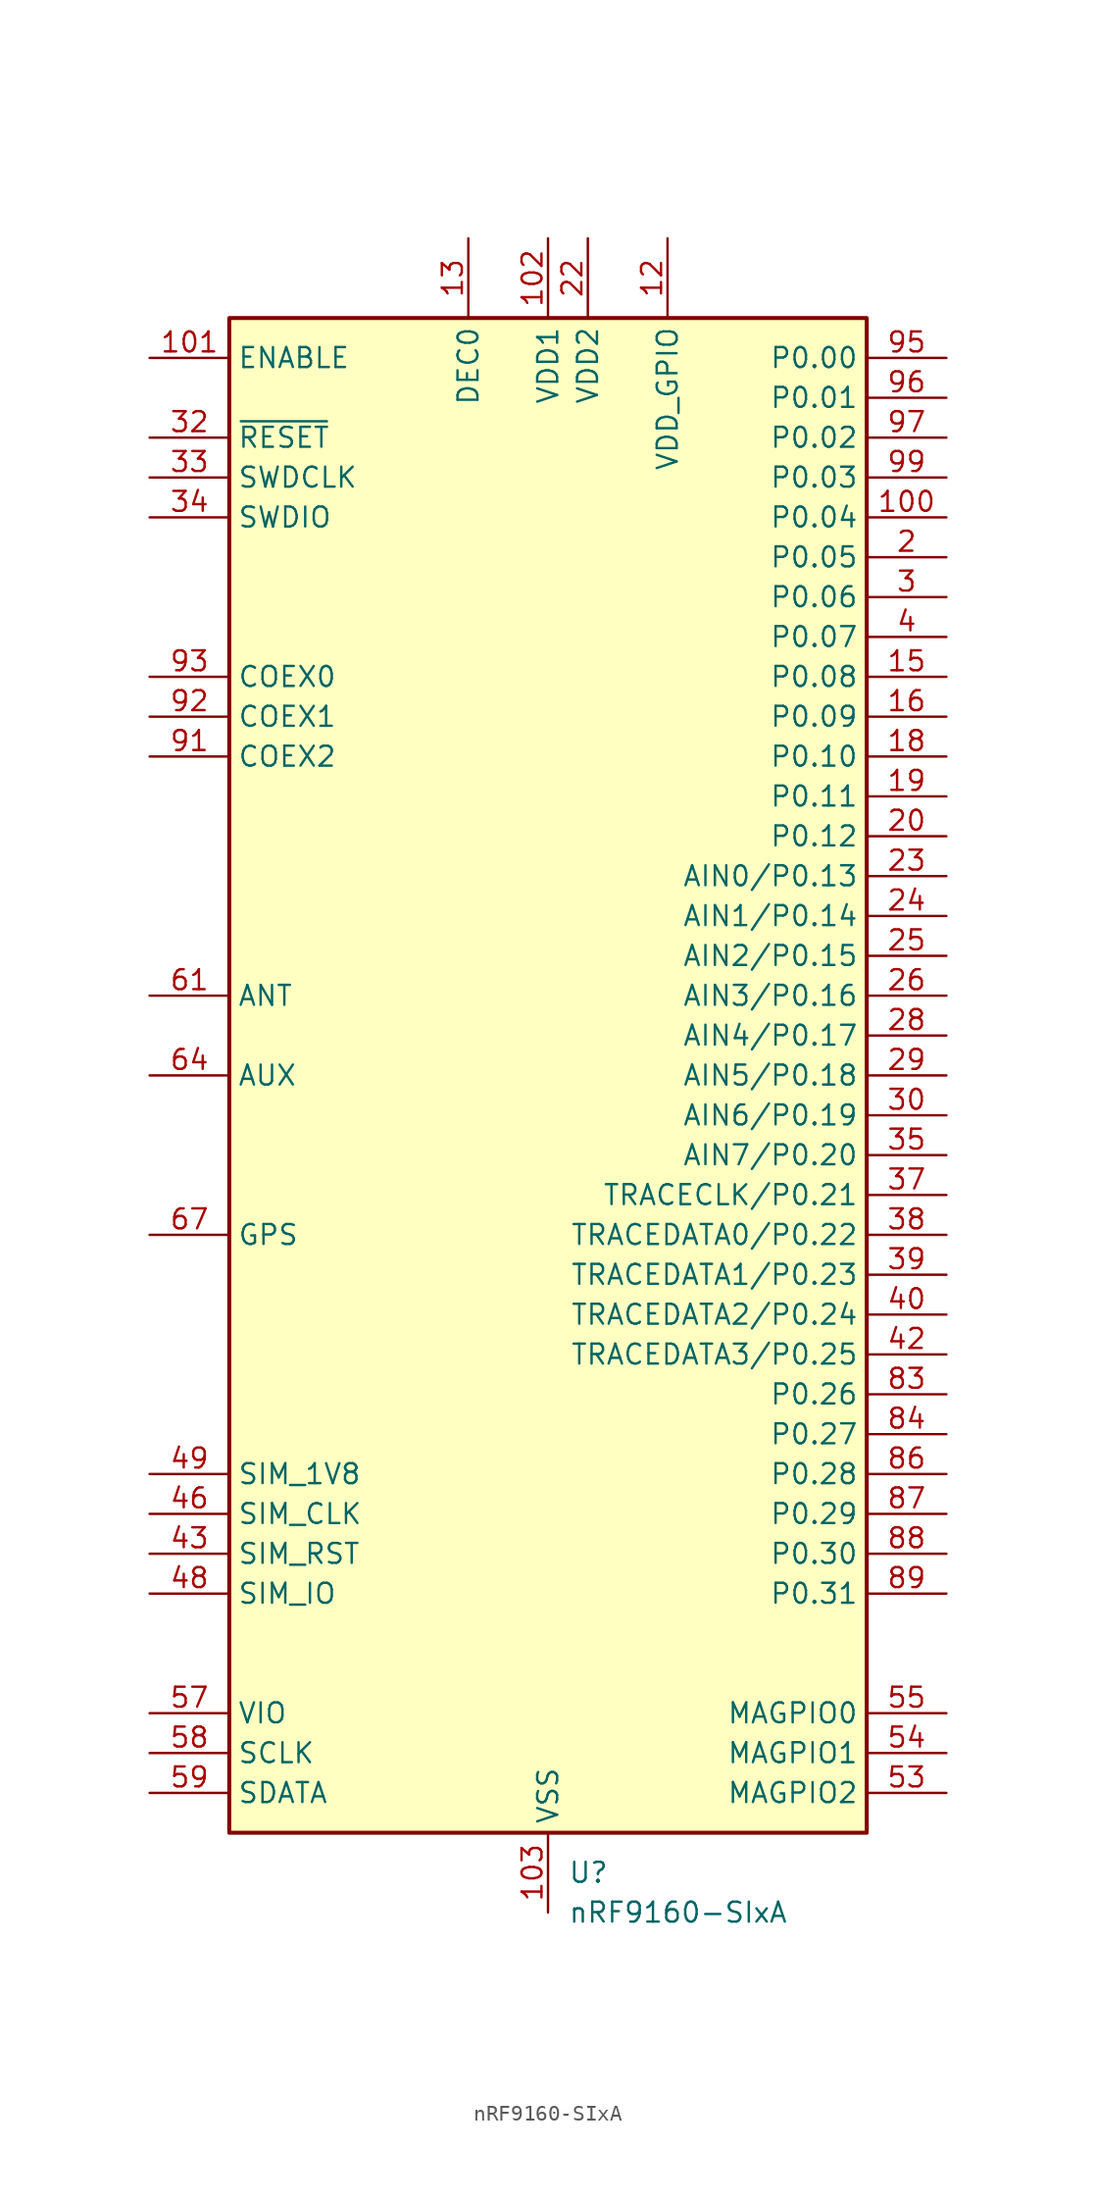
<source format=kicad_sym>
(kicad_symbol_lib
  (version 20241209)
  (generator "kicad_symbol_editor")
  (generator_version "9.0")
  (symbol "nRF9160-SIxA"
    (property "Reference" "U"
      (at 1.27 -50.8 0)
      (effects (font (size 1.27 1.27)) (justify left)))
    (property "Value" "nRF9160-SIxA"
      (at 1.27 -53.34 0)
      (effects (font (size 1.27 1.27)) (justify left)))
    (symbol "nRF9160-SIxA_1_0"
      (pin no_connect line (at -20.32 33.02 0) (length 5.08) (hide yes) (name "NC" (effects (font (size 1.27 1.27)))) (number "70" (effects (font (size 1.27 1.27)))))
      (pin no_connect line (at -20.32 30.48 0) (length 5.08) (hide yes) (name "NC" (effects (font (size 1.27 1.27)))) (number "51" (effects (font (size 1.27 1.27)))))
      (pin no_connect line (at -20.32 27.94 0) (length 5.08) (hide yes) (name "NC" (effects (font (size 1.27 1.27)))) (number "10" (effects (font (size 1.27 1.27)))))
      (pin no_connect line (at -20.32 17.78 0) (length 5.08) (hide yes) (name "NC" (effects (font (size 1.27 1.27)))) (number "71" (effects (font (size 1.27 1.27)))))
      (pin no_connect line (at -20.32 15.24 0) (length 5.08) (hide yes) (name "NC" (effects (font (size 1.27 1.27)))) (number "73" (effects (font (size 1.27 1.27)))))
      (pin no_connect line (at -20.32 12.7 0) (length 5.08) (hide yes) (name "NC" (effects (font (size 1.27 1.27)))) (number "104" (effects (font (size 1.27 1.27)))))
      (pin no_connect line (at -20.32 10.16 0) (length 5.08) (hide yes) (name "NC" (effects (font (size 1.27 1.27)))) (number "105" (effects (font (size 1.27 1.27)))))
      (pin no_connect line (at -20.32 7.62 0) (length 5.08) (hide yes) (name "NC" (effects (font (size 1.27 1.27)))) (number "106" (effects (font (size 1.27 1.27)))))
      (pin no_connect line (at -20.32 2.54 0) (length 5.08) (hide yes) (name "NC" (effects (font (size 1.27 1.27)))) (number "107" (effects (font (size 1.27 1.27)))))
      (pin no_connect line (at -20.32 -2.54 0) (length 5.08) (hide yes) (name "NC" (effects (font (size 1.27 1.27)))) (number "108" (effects (font (size 1.27 1.27)))))
      (pin no_connect line (at -20.32 -5.08 0) (length 5.08) (hide yes) (name "NC" (effects (font (size 1.27 1.27)))) (number "109" (effects (font (size 1.27 1.27)))))
      (pin no_connect line (at -20.32 -7.62 0) (length 5.08) (hide yes) (name "NC" (effects (font (size 1.27 1.27)))) (number "110" (effects (font (size 1.27 1.27)))))
      (pin no_connect line (at -20.32 -12.7 0) (length 5.08) (hide yes) (name "NC" (effects (font (size 1.27 1.27)))) (number "111" (effects (font (size 1.27 1.27)))))
      (pin no_connect line (at -20.32 -15.24 0) (length 5.08) (hide yes) (name "NC" (effects (font (size 1.27 1.27)))) (number "112" (effects (font (size 1.27 1.27)))))
      (pin no_connect line (at -20.32 -17.78 0) (length 5.08) (hide yes) (name "NC" (effects (font (size 1.27 1.27)))) (number "113" (effects (font (size 1.27 1.27)))))
      (pin no_connect line (at -20.32 -20.32 0) (length 5.08) (hide yes) (name "NC" (effects (font (size 1.27 1.27)))) (number "114" (effects (font (size 1.27 1.27)))))
      (pin no_connect line (at -20.32 -22.86 0) (length 5.08) (hide yes) (name "NC" (effects (font (size 1.27 1.27)))) (number "115" (effects (font (size 1.27 1.27)))))
      (pin no_connect line (at -15.24 -48.26 90) (length 5.08) (hide yes) (name "NC" (effects (font (size 1.27 1.27)))) (number "116" (effects (font (size 1.27 1.27)))))
      (pin no_connect line (at -12.7 -48.26 90) (length 5.08) (hide yes) (name "NC" (effects (font (size 1.27 1.27)))) (number "117" (effects (font (size 1.27 1.27)))))
      (pin no_connect line (at -10.16 -48.26 90) (length 5.08) (hide yes) (name "NC" (effects (font (size 1.27 1.27)))) (number "118" (effects (font (size 1.27 1.27)))))
      (pin no_connect line (at -7.62 -48.26 90) (length 5.08) (hide yes) (name "NC" (effects (font (size 1.27 1.27)))) (number "119" (effects (font (size 1.27 1.27)))))
      (pin no_connect line (at -5.08 -48.26 90) (length 5.08) (hide yes) (name "NC" (effects (font (size 1.27 1.27)))) (number "120" (effects (font (size 1.27 1.27)))))
      (pin no_connect line (at -2.54 -48.26 90) (length 5.08) (hide yes) (name "NC" (effects (font (size 1.27 1.27)))) (number "121" (effects (font (size 1.27 1.27)))))
      (pin passive line (at 0 -53.34 90) (length 5.08) (hide yes) (name "GND_Shield" (effects (font (size 1.27 1.27)))) (number "1" (effects (font (size 1.27 1.27)))))
      (pin passive line (at 0 -53.34 90) (length 5.08) (hide yes) (name "GND_Shield" (effects (font (size 1.27 1.27)))) (number "11" (effects (font (size 1.27 1.27)))))
      (pin passive line (at 0 -53.34 90) (length 5.08) (hide yes) (name "GND_Shield" (effects (font (size 1.27 1.27)))) (number "14" (effects (font (size 1.27 1.27)))))
      (pin passive line (at 0 -53.34 90) (length 5.08) (hide yes) (name "GND_Shield" (effects (font (size 1.27 1.27)))) (number "17" (effects (font (size 1.27 1.27)))))
      (pin passive line (at 0 -53.34 90) (length 5.08) (hide yes) (name "GND_Shield" (effects (font (size 1.27 1.27)))) (number "21" (effects (font (size 1.27 1.27)))))
      (pin passive line (at 0 -53.34 90) (length 5.08) (hide yes) (name "GND_Shield" (effects (font (size 1.27 1.27)))) (number "27" (effects (font (size 1.27 1.27)))))
      (pin passive line (at 0 -53.34 90) (length 5.08) (hide yes) (name "GND_Shield" (effects (font (size 1.27 1.27)))) (number "31" (effects (font (size 1.27 1.27)))))
      (pin passive line (at 0 -53.34 90) (length 5.08) (hide yes) (name "GND_Shield" (effects (font (size 1.27 1.27)))) (number "36" (effects (font (size 1.27 1.27)))))
      (pin passive line (at 0 -53.34 90) (length 5.08) (hide yes) (name "GND_Shield" (effects (font (size 1.27 1.27)))) (number "41" (effects (font (size 1.27 1.27)))))
      (pin passive line (at 0 -53.34 90) (length 5.08) (hide yes) (name "GND_Shield" (effects (font (size 1.27 1.27)))) (number "44" (effects (font (size 1.27 1.27)))))
      (pin passive line (at 0 -53.34 90) (length 5.08) (hide yes) (name "GND_Shield" (effects (font (size 1.27 1.27)))) (number "47" (effects (font (size 1.27 1.27)))))
      (pin passive line (at 0 -53.34 90) (length 5.08) (hide yes) (name "GND_Shield" (effects (font (size 1.27 1.27)))) (number "5" (effects (font (size 1.27 1.27)))))
      (pin passive line (at 0 -53.34 90) (length 5.08) (hide yes) (name "GND_Shield" (effects (font (size 1.27 1.27)))) (number "50" (effects (font (size 1.27 1.27)))))
      (pin passive line (at 0 -53.34 90) (length 5.08) (hide yes) (name "GND_Shield" (effects (font (size 1.27 1.27)))) (number "52" (effects (font (size 1.27 1.27)))))
      (pin passive line (at 0 -53.34 90) (length 5.08) (hide yes) (name "GND_Shield" (effects (font (size 1.27 1.27)))) (number "56" (effects (font (size 1.27 1.27)))))
      (pin passive line (at 0 -53.34 90) (length 5.08) (hide yes) (name "GND_Shield" (effects (font (size 1.27 1.27)))) (number "6" (effects (font (size 1.27 1.27)))))
      (pin passive line (at 0 -53.34 90) (length 5.08) (hide yes) (name "GND_Shield" (effects (font (size 1.27 1.27)))) (number "60" (effects (font (size 1.27 1.27)))))
      (pin passive line (at 0 -53.34 90) (length 5.08) (hide yes) (name "GND_Shield" (effects (font (size 1.27 1.27)))) (number "62" (effects (font (size 1.27 1.27)))))
      (pin passive line (at 0 -53.34 90) (length 5.08) (hide yes) (name "GND_Shield" (effects (font (size 1.27 1.27)))) (number "63" (effects (font (size 1.27 1.27)))))
      (pin passive line (at 0 -53.34 90) (length 5.08) (hide yes) (name "GND_Shield" (effects (font (size 1.27 1.27)))) (number "65" (effects (font (size 1.27 1.27)))))
      (pin passive line (at 0 -53.34 90) (length 5.08) (hide yes) (name "GND_Shield" (effects (font (size 1.27 1.27)))) (number "66" (effects (font (size 1.27 1.27)))))
      (pin passive line (at 0 -53.34 90) (length 5.08) (hide yes) (name "GND_Shield" (effects (font (size 1.27 1.27)))) (number "68" (effects (font (size 1.27 1.27)))))
      (pin passive line (at 0 -53.34 90) (length 5.08) (hide yes) (name "GND_Shield" (effects (font (size 1.27 1.27)))) (number "69" (effects (font (size 1.27 1.27)))))
      (pin passive line (at 0 -53.34 90) (length 5.08) (hide yes) (name "GND_Shield" (effects (font (size 1.27 1.27)))) (number "7" (effects (font (size 1.27 1.27)))))
      (pin passive line (at 0 -53.34 90) (length 5.08) (hide yes) (name "GND_Shield" (effects (font (size 1.27 1.27)))) (number "72" (effects (font (size 1.27 1.27)))))
      (pin passive line (at 0 -53.34 90) (length 5.08) (hide yes) (name "GND_Shield" (effects (font (size 1.27 1.27)))) (number "74" (effects (font (size 1.27 1.27)))))
      (pin passive line (at 0 -53.34 90) (length 5.08) (hide yes) (name "GND_Shield" (effects (font (size 1.27 1.27)))) (number "75" (effects (font (size 1.27 1.27)))))
      (pin passive line (at 0 -53.34 90) (length 5.08) (hide yes) (name "GND_Shield" (effects (font (size 1.27 1.27)))) (number "76" (effects (font (size 1.27 1.27)))))
      (pin passive line (at 0 -53.34 90) (length 5.08) (hide yes) (name "GND_Shield" (effects (font (size 1.27 1.27)))) (number "77" (effects (font (size 1.27 1.27)))))
      (pin passive line (at 0 -53.34 90) (length 5.08) (hide yes) (name "GND_Shield" (effects (font (size 1.27 1.27)))) (number "78" (effects (font (size 1.27 1.27)))))
      (pin passive line (at 0 -53.34 90) (length 5.08) (hide yes) (name "GND_Shield" (effects (font (size 1.27 1.27)))) (number "79" (effects (font (size 1.27 1.27)))))
      (pin passive line (at 0 -53.34 90) (length 5.08) (hide yes) (name "GND_Shield" (effects (font (size 1.27 1.27)))) (number "8" (effects (font (size 1.27 1.27)))))
      (pin passive line (at 0 -53.34 90) (length 5.08) (hide yes) (name "GND_Shield" (effects (font (size 1.27 1.27)))) (number "80" (effects (font (size 1.27 1.27)))))
      (pin passive line (at 0 -53.34 90) (length 5.08) (hide yes) (name "GND_Shield" (effects (font (size 1.27 1.27)))) (number "81" (effects (font (size 1.27 1.27)))))
      (pin passive line (at 0 -53.34 90) (length 5.08) (hide yes) (name "GND_Shield" (effects (font (size 1.27 1.27)))) (number "82" (effects (font (size 1.27 1.27)))))
      (pin passive line (at 0 -53.34 90) (length 5.08) (hide yes) (name "GND_Shield" (effects (font (size 1.27 1.27)))) (number "85" (effects (font (size 1.27 1.27)))))
      (pin passive line (at 0 -53.34 90) (length 5.08) (hide yes) (name "GND_Shield" (effects (font (size 1.27 1.27)))) (number "9" (effects (font (size 1.27 1.27)))))
      (pin passive line (at 0 -53.34 90) (length 5.08) (hide yes) (name "GND_Shield" (effects (font (size 1.27 1.27)))) (number "90" (effects (font (size 1.27 1.27)))))
      (pin passive line (at 0 -53.34 90) (length 5.08) (hide yes) (name "GND_Shield" (effects (font (size 1.27 1.27)))) (number "94" (effects (font (size 1.27 1.27)))))
      (pin passive line (at 0 -53.34 90) (length 5.08) (hide yes) (name "GND_Shield" (effects (font (size 1.27 1.27)))) (number "98" (effects (font (size 1.27 1.27)))))
      (pin no_connect line (at 2.54 -48.26 90) (length 5.08) (hide yes) (name "NC" (effects (font (size 1.27 1.27)))) (number "122" (effects (font (size 1.27 1.27)))))
      (pin no_connect line (at 5.08 -48.26 90) (length 5.08) (hide yes) (name "NC" (effects (font (size 1.27 1.27)))) (number "123" (effects (font (size 1.27 1.27)))))
      (pin no_connect line (at 7.62 -48.26 90) (length 5.08) (hide yes) (name "NC" (effects (font (size 1.27 1.27)))) (number "124" (effects (font (size 1.27 1.27)))))
      (pin no_connect line (at 10.16 -48.26 90) (length 5.08) (hide yes) (name "NC" (effects (font (size 1.27 1.27)))) (number "125" (effects (font (size 1.27 1.27)))))
      (pin no_connect line (at 12.7 -48.26 90) (length 5.08) (hide yes) (name "NC" (effects (font (size 1.27 1.27)))) (number "126" (effects (font (size 1.27 1.27)))))
      (pin no_connect line (at 15.24 -48.26 90) (length 5.08) (hide yes) (name "NC" (effects (font (size 1.27 1.27)))) (number "127" (effects (font (size 1.27 1.27))))))
    (symbol "nRF9160-SIxA_1_1"
      (rectangle (start -20.32 48.26) (end 20.32 -48.26) (stroke (width 0.254) (type default)) (fill (type background)))
      (pin input line (at -25.4 45.72 0) (length 5.08) (name "ENABLE" (effects (font (size 1.27 1.27)))) (number "101" (effects (font (size 1.27 1.27)))))
      (pin input line (at -25.4 40.64 0) (length 5.08) (name "~{RESET}" (effects (font (size 1.27 1.27)))) (number "32" (effects (font (size 1.27 1.27)))))
      (pin input line (at -25.4 38.1 0) (length 5.08) (name "SWDCLK" (effects (font (size 1.27 1.27)))) (number "33" (effects (font (size 1.27 1.27)))))
      (pin bidirectional line (at -25.4 35.56 0) (length 5.08) (name "SWDIO" (effects (font (size 1.27 1.27)))) (number "34" (effects (font (size 1.27 1.27)))))
      (pin bidirectional line (at -25.4 25.4 0) (length 5.08) (name "COEX0" (effects (font (size 1.27 1.27)))) (number "93" (effects (font (size 1.27 1.27)))))
      (pin bidirectional line (at -25.4 22.86 0) (length 5.08) (name "COEX1" (effects (font (size 1.27 1.27)))) (number "92" (effects (font (size 1.27 1.27)))))
      (pin bidirectional line (at -25.4 20.32 0) (length 5.08) (name "COEX2" (effects (font (size 1.27 1.27)))) (number "91" (effects (font (size 1.27 1.27)))))
      (pin passive line (at -25.4 5.08 0) (length 5.08) (name "ANT" (effects (font (size 1.27 1.27)))) (number "61" (effects (font (size 1.27 1.27)))))
      (pin passive line (at -25.4 0 0) (length 5.08) (name "AUX" (effects (font (size 1.27 1.27)))) (number "64" (effects (font (size 1.27 1.27)))))
      (pin passive line (at -25.4 -10.16 0) (length 5.08) (name "GPS" (effects (font (size 1.27 1.27)))) (number "67" (effects (font (size 1.27 1.27)))))
      (pin power_out line (at -25.4 -25.4 0) (length 5.08) (name "SIM_1V8" (effects (font (size 1.27 1.27)))) (number "49" (effects (font (size 1.27 1.27)))))
      (pin output line (at -25.4 -27.94 0) (length 5.08) (name "SIM_CLK" (effects (font (size 1.27 1.27)))) (number "46" (effects (font (size 1.27 1.27)))))
      (pin output line (at -25.4 -30.48 0) (length 5.08) (name "SIM_RST" (effects (font (size 1.27 1.27)))) (number "43" (effects (font (size 1.27 1.27)))))
      (pin bidirectional line (at -25.4 -33.02 0) (length 5.08) (name "SIM_IO" (effects (font (size 1.27 1.27)))) (number "48" (effects (font (size 1.27 1.27)))))
      (pin power_out line (at -25.4 -40.64 0) (length 5.08) (name "VIO" (effects (font (size 1.27 1.27)))) (number "57" (effects (font (size 1.27 1.27)))))
      (pin output line (at -25.4 -43.18 0) (length 5.08) (name "SCLK" (effects (font (size 1.27 1.27)))) (number "58" (effects (font (size 1.27 1.27)))))
      (pin bidirectional line (at -25.4 -45.72 0) (length 5.08) (name "SDATA" (effects (font (size 1.27 1.27)))) (number "59" (effects (font (size 1.27 1.27)))))
      (pin no_connect line (at -20.32 -35.56 0) (length 5.08) (hide yes) (name "SIM_DET" (effects (font (size 1.27 1.27)))) (number "45" (effects (font (size 1.27 1.27)))))
      (pin passive line (at -5.08 53.34 270) (length 5.08) (name "DEC0" (effects (font (size 1.27 1.27)))) (number "13" (effects (font (size 1.27 1.27)))))
      (pin power_in line (at 0 53.34 270) (length 5.08) (name "VDD1" (effects (font (size 1.27 1.27)))) (number "102" (effects (font (size 1.27 1.27)))))
      (pin power_in line (at 0 -53.34 90) (length 5.08) (name "VSS" (effects (font (size 1.27 1.27)))) (number "103" (effects (font (size 1.27 1.27)))))
      (pin power_in line (at 2.54 53.34 270) (length 5.08) (name "VDD2" (effects (font (size 1.27 1.27)))) (number "22" (effects (font (size 1.27 1.27)))))
      (pin power_in line (at 7.62 53.34 270) (length 5.08) (name "VDD_GPIO" (effects (font (size 1.27 1.27)))) (number "12" (effects (font (size 1.27 1.27)))))
      (pin bidirectional line (at 25.4 45.72 180) (length 5.08) (name "P0.00" (effects (font (size 1.27 1.27)))) (number "95" (effects (font (size 1.27 1.27)))))
      (pin bidirectional line (at 25.4 43.18 180) (length 5.08) (name "P0.01" (effects (font (size 1.27 1.27)))) (number "96" (effects (font (size 1.27 1.27)))))
      (pin bidirectional line (at 25.4 40.64 180) (length 5.08) (name "P0.02" (effects (font (size 1.27 1.27)))) (number "97" (effects (font (size 1.27 1.27)))))
      (pin bidirectional line (at 25.4 38.1 180) (length 5.08) (name "P0.03" (effects (font (size 1.27 1.27)))) (number "99" (effects (font (size 1.27 1.27)))))
      (pin bidirectional line (at 25.4 35.56 180) (length 5.08) (name "P0.04" (effects (font (size 1.27 1.27)))) (number "100" (effects (font (size 1.27 1.27)))))
      (pin bidirectional line (at 25.4 33.02 180) (length 5.08) (name "P0.05" (effects (font (size 1.27 1.27)))) (number "2" (effects (font (size 1.27 1.27)))))
      (pin bidirectional line (at 25.4 30.48 180) (length 5.08) (name "P0.06" (effects (font (size 1.27 1.27)))) (number "3" (effects (font (size 1.27 1.27)))))
      (pin bidirectional line (at 25.4 27.94 180) (length 5.08) (name "P0.07" (effects (font (size 1.27 1.27)))) (number "4" (effects (font (size 1.27 1.27)))))
      (pin bidirectional line (at 25.4 25.4 180) (length 5.08) (name "P0.08" (effects (font (size 1.27 1.27)))) (number "15" (effects (font (size 1.27 1.27)))))
      (pin bidirectional line (at 25.4 22.86 180) (length 5.08) (name "P0.09" (effects (font (size 1.27 1.27)))) (number "16" (effects (font (size 1.27 1.27)))))
      (pin bidirectional line (at 25.4 20.32 180) (length 5.08) (name "P0.10" (effects (font (size 1.27 1.27)))) (number "18" (effects (font (size 1.27 1.27)))))
      (pin bidirectional line (at 25.4 17.78 180) (length 5.08) (name "P0.11" (effects (font (size 1.27 1.27)))) (number "19" (effects (font (size 1.27 1.27)))))
      (pin bidirectional line (at 25.4 15.24 180) (length 5.08) (name "P0.12" (effects (font (size 1.27 1.27)))) (number "20" (effects (font (size 1.27 1.27)))))
      (pin bidirectional line (at 25.4 12.7 180) (length 5.08) (name "AIN0/P0.13" (effects (font (size 1.27 1.27)))) (number "23" (effects (font (size 1.27 1.27)))))
      (pin bidirectional line (at 25.4 10.16 180) (length 5.08) (name "AIN1/P0.14" (effects (font (size 1.27 1.27)))) (number "24" (effects (font (size 1.27 1.27)))))
      (pin bidirectional line (at 25.4 7.62 180) (length 5.08) (name "AIN2/P0.15" (effects (font (size 1.27 1.27)))) (number "25" (effects (font (size 1.27 1.27)))))
      (pin bidirectional line (at 25.4 5.08 180) (length 5.08) (name "AIN3/P0.16" (effects (font (size 1.27 1.27)))) (number "26" (effects (font (size 1.27 1.27)))))
      (pin bidirectional line (at 25.4 2.54 180) (length 5.08) (name "AIN4/P0.17" (effects (font (size 1.27 1.27)))) (number "28" (effects (font (size 1.27 1.27)))))
      (pin bidirectional line (at 25.4 0 180) (length 5.08) (name "AIN5/P0.18" (effects (font (size 1.27 1.27)))) (number "29" (effects (font (size 1.27 1.27)))))
      (pin bidirectional line (at 25.4 -2.54 180) (length 5.08) (name "AIN6/P0.19" (effects (font (size 1.27 1.27)))) (number "30" (effects (font (size 1.27 1.27)))))
      (pin bidirectional line (at 25.4 -5.08 180) (length 5.08) (name "AIN7/P0.20" (effects (font (size 1.27 1.27)))) (number "35" (effects (font (size 1.27 1.27)))))
      (pin bidirectional line (at 25.4 -7.62 180) (length 5.08) (name "TRACECLK/P0.21" (effects (font (size 1.27 1.27)))) (number "37" (effects (font (size 1.27 1.27)))))
      (pin bidirectional line (at 25.4 -10.16 180) (length 5.08) (name "TRACEDATA0/P0.22" (effects (font (size 1.27 1.27)))) (number "38" (effects (font (size 1.27 1.27)))))
      (pin bidirectional line (at 25.4 -12.7 180) (length 5.08) (name "TRACEDATA1/P0.23" (effects (font (size 1.27 1.27)))) (number "39" (effects (font (size 1.27 1.27)))))
      (pin bidirectional line (at 25.4 -15.24 180) (length 5.08) (name "TRACEDATA2/P0.24" (effects (font (size 1.27 1.27)))) (number "40" (effects (font (size 1.27 1.27)))))
      (pin bidirectional line (at 25.4 -17.78 180) (length 5.08) (name "TRACEDATA3/P0.25" (effects (font (size 1.27 1.27)))) (number "42" (effects (font (size 1.27 1.27)))))
      (pin bidirectional line (at 25.4 -20.32 180) (length 5.08) (name "P0.26" (effects (font (size 1.27 1.27)))) (number "83" (effects (font (size 1.27 1.27)))))
      (pin bidirectional line (at 25.4 -22.86 180) (length 5.08) (name "P0.27" (effects (font (size 1.27 1.27)))) (number "84" (effects (font (size 1.27 1.27)))))
      (pin bidirectional line (at 25.4 -25.4 180) (length 5.08) (name "P0.28" (effects (font (size 1.27 1.27)))) (number "86" (effects (font (size 1.27 1.27)))))
      (pin bidirectional line (at 25.4 -27.94 180) (length 5.08) (name "P0.29" (effects (font (size 1.27 1.27)))) (number "87" (effects (font (size 1.27 1.27)))))
      (pin bidirectional line (at 25.4 -30.48 180) (length 5.08) (name "P0.30" (effects (font (size 1.27 1.27)))) (number "88" (effects (font (size 1.27 1.27)))))
      (pin bidirectional line (at 25.4 -33.02 180) (length 5.08) (name "P0.31" (effects (font (size 1.27 1.27)))) (number "89" (effects (font (size 1.27 1.27)))))
      (pin bidirectional line (at 25.4 -40.64 180) (length 5.08) (name "MAGPIO0" (effects (font (size 1.27 1.27)))) (number "55" (effects (font (size 1.27 1.27)))))
      (pin bidirectional line (at 25.4 -43.18 180) (length 5.08) (name "MAGPIO1" (effects (font (size 1.27 1.27)))) (number "54" (effects (font (size 1.27 1.27)))))
      (pin bidirectional line (at 25.4 -45.72 180) (length 5.08) (name "MAGPIO2" (effects (font (size 1.27 1.27)))) (number "53" (effects (font (size 1.27 1.27))))))))
</source>
